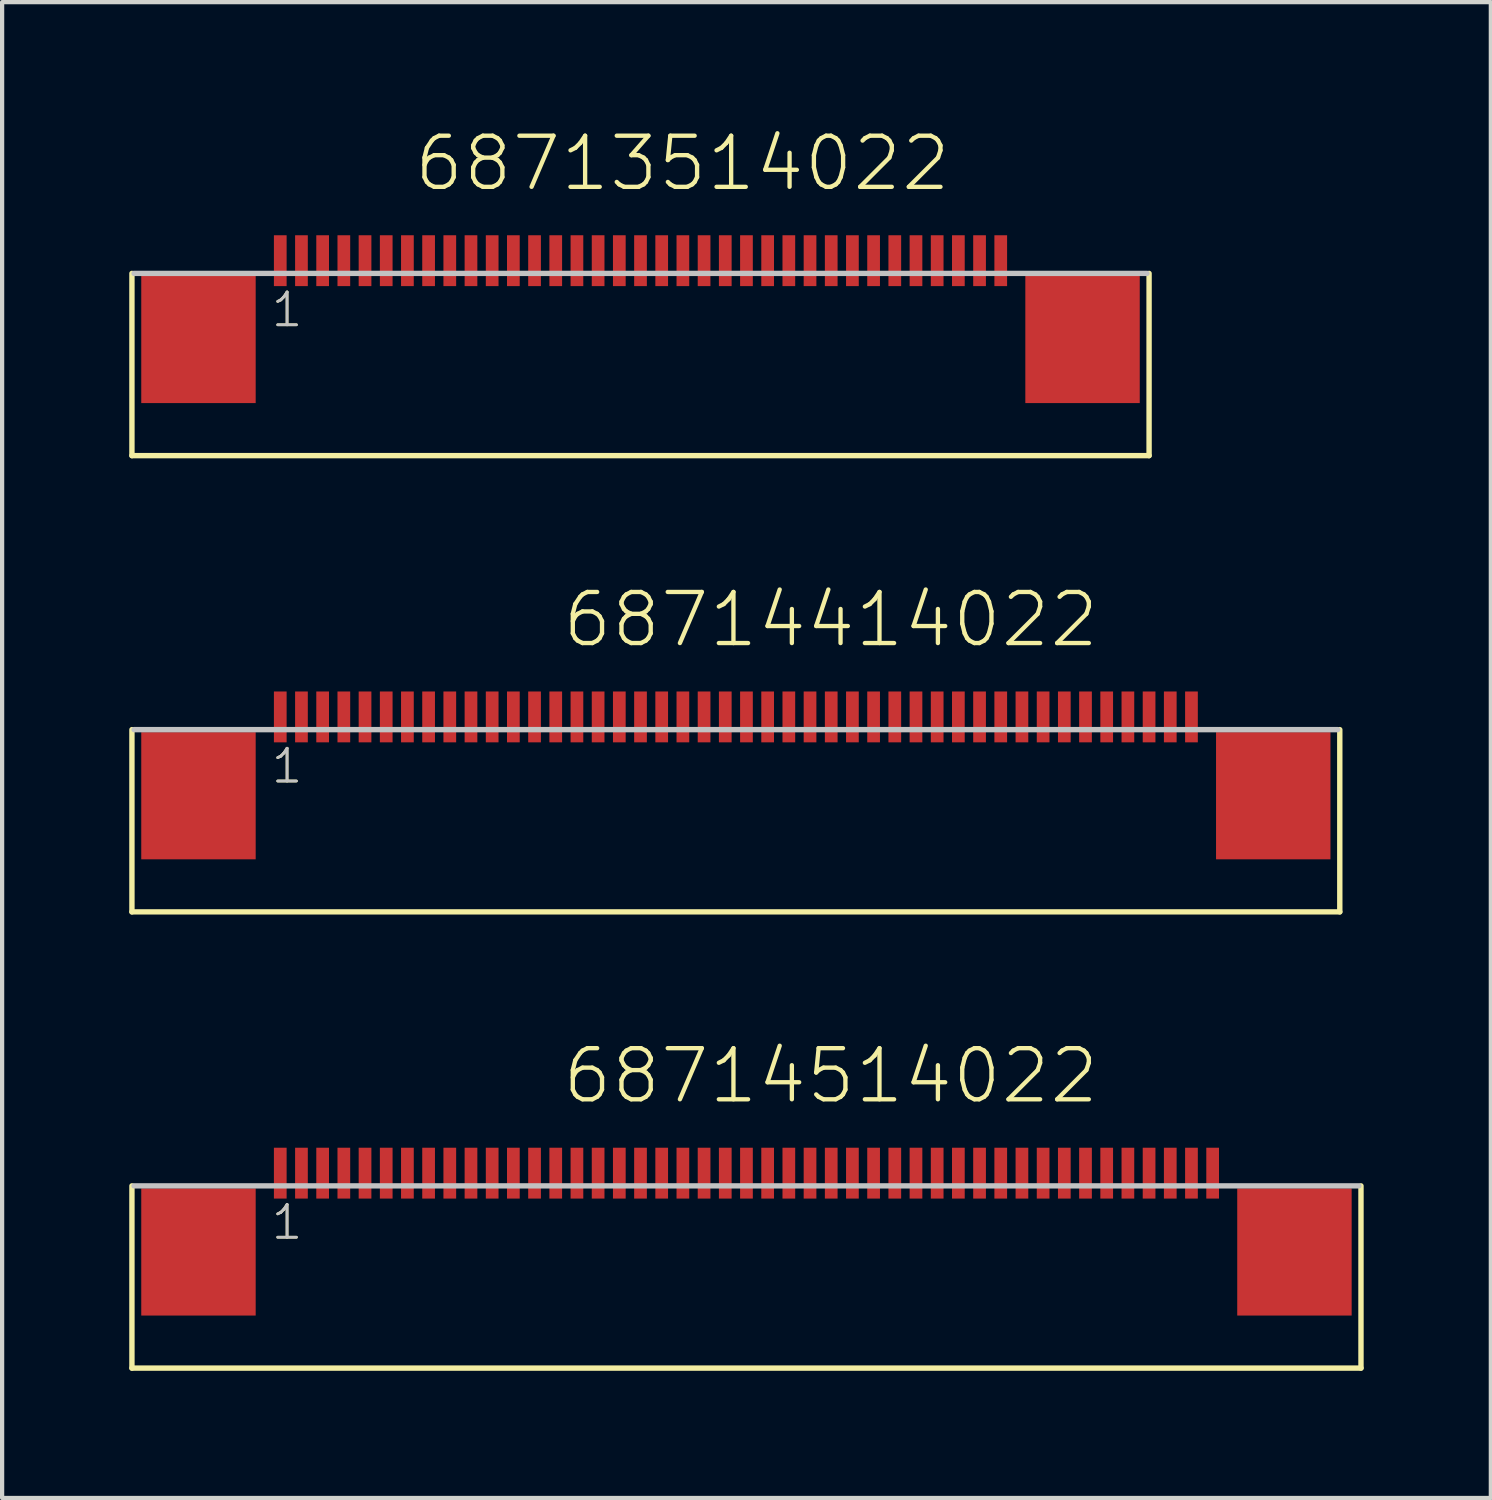
<source format=kicad_pcb>
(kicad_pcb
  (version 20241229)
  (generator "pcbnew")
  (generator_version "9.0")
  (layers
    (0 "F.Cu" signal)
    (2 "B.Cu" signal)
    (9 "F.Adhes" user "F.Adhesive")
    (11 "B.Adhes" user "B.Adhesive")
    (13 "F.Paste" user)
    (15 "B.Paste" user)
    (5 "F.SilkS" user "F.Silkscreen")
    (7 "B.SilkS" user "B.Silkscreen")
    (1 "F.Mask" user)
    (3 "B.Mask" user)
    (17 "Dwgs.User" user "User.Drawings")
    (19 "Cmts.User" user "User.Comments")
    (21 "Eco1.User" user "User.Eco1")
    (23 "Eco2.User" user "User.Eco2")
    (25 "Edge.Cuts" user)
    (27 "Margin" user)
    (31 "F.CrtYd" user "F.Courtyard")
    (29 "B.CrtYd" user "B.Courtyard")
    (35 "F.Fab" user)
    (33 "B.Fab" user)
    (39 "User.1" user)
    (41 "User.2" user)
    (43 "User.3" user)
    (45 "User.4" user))
  (footprint "68713514022"
    (layer "F.Cu")
    (at 12.313 4.961)
    (property "Reference" "68713514022" (at -5.644 -3.45 0) (layer "F.SilkS") (effects (font (size 1.206 1.206) (thickness 0.102)) (justify left bottom)))
    (attr through_hole)
    (fp_line (start -12.25 -1.56) (end -12.25 2.74) (stroke (width 0.127) (type solid)) (layer "F.SilkS"))
    (fp_line (start -12.25 2.74) (end 11.75 2.74) (stroke (width 0.127) (type solid)) (layer "F.SilkS"))
    (fp_line (start 11.75 2.74) (end 11.75 -1.56) (stroke (width 0.127) (type solid)) (layer "F.SilkS"))
    (fp_line (start 11.7 -1.56) (end -12.2 -1.56) (stroke (width 0.127) (type solid)) (layer "Dwgs.User"))
    (fp_text user "1" (at -9 -0.25 0) (layer "F.SilkS") (effects (font (size 0.772 0.772) (thickness 0.065)) (justify left bottom)))
    (fp_text user "1" (at -9 -0.25 0) (layer "Dwgs.User") (effects (font (size 0.772 0.772) (thickness 0.065)) (justify left bottom)))
    (pad "1" smd rect (at -8.75 -1.86) (size 0.3 1.2) (layers "F.Cu" "F.Mask" "F.Paste"))
    (pad "2" smd rect (at -8.25 -1.86) (size 0.3 1.2) (layers "F.Cu" "F.Mask" "F.Paste"))
    (pad "3" smd rect (at -7.75 -1.86) (size 0.3 1.2) (layers "F.Cu" "F.Mask" "F.Paste"))
    (pad "4" smd rect (at -7.25 -1.86) (size 0.3 1.2) (layers "F.Cu" "F.Mask" "F.Paste"))
    (pad "5" smd rect (at -6.75 -1.86) (size 0.3 1.2) (layers "F.Cu" "F.Mask" "F.Paste"))
    (pad "6" smd rect (at -6.25 -1.86) (size 0.3 1.2) (layers "F.Cu" "F.Mask" "F.Paste"))
    (pad "7" smd rect (at -5.75 -1.86) (size 0.3 1.2) (layers "F.Cu" "F.Mask" "F.Paste"))
    (pad "8" smd rect (at -5.25 -1.86) (size 0.3 1.2) (layers "F.Cu" "F.Mask" "F.Paste"))
    (pad "9" smd rect (at -4.75 -1.86) (size 0.3 1.2) (layers "F.Cu" "F.Mask" "F.Paste"))
    (pad "10" smd rect (at -4.25 -1.86) (size 0.3 1.2) (layers "F.Cu" "F.Mask" "F.Paste"))
    (pad "11" smd rect (at -3.75 -1.86) (size 0.3 1.2) (layers "F.Cu" "F.Mask" "F.Paste"))
    (pad "12" smd rect (at -3.25 -1.86) (size 0.3 1.2) (layers "F.Cu" "F.Mask" "F.Paste"))
    (pad "13" smd rect (at -2.75 -1.86) (size 0.3 1.2) (layers "F.Cu" "F.Mask" "F.Paste"))
    (pad "14" smd rect (at -2.25 -1.86) (size 0.3 1.2) (layers "F.Cu" "F.Mask" "F.Paste"))
    (pad "15" smd rect (at -1.75 -1.86) (size 0.3 1.2) (layers "F.Cu" "F.Mask" "F.Paste"))
    (pad "16" smd rect (at -1.25 -1.86) (size 0.3 1.2) (layers "F.Cu" "F.Mask" "F.Paste"))
    (pad "17" smd rect (at -0.75 -1.86) (size 0.3 1.2) (layers "F.Cu" "F.Mask" "F.Paste"))
    (pad "18" smd rect (at -0.25 -1.86) (size 0.3 1.2) (layers "F.Cu" "F.Mask" "F.Paste"))
    (pad "19" smd rect (at 0.25 -1.86) (size 0.3 1.2) (layers "F.Cu" "F.Mask" "F.Paste"))
    (pad "20" smd rect (at 0.75 -1.86) (size 0.3 1.2) (layers "F.Cu" "F.Mask" "F.Paste"))
    (pad "21" smd rect (at 1.25 -1.86) (size 0.3 1.2) (layers "F.Cu" "F.Mask" "F.Paste"))
    (pad "22" smd rect (at 1.75 -1.86) (size 0.3 1.2) (layers "F.Cu" "F.Mask" "F.Paste"))
    (pad "23" smd rect (at 2.25 -1.86) (size 0.3 1.2) (layers "F.Cu" "F.Mask" "F.Paste"))
    (pad "24" smd rect (at 2.75 -1.86) (size 0.3 1.2) (layers "F.Cu" "F.Mask" "F.Paste"))
    (pad "25" smd rect (at 3.25 -1.86) (size 0.3 1.2) (layers "F.Cu" "F.Mask" "F.Paste"))
    (pad "26" smd rect (at 3.75 -1.86) (size 0.3 1.2) (layers "F.Cu" "F.Mask" "F.Paste"))
    (pad "27" smd rect (at 4.25 -1.86) (size 0.3 1.2) (layers "F.Cu" "F.Mask" "F.Paste"))
    (pad "28" smd rect (at 4.75 -1.86) (size 0.3 1.2) (layers "F.Cu" "F.Mask" "F.Paste"))
    (pad "29" smd rect (at 5.25 -1.86) (size 0.3 1.2) (layers "F.Cu" "F.Mask" "F.Paste"))
    (pad "30" smd rect (at 5.75 -1.86) (size 0.3 1.2) (layers "F.Cu" "F.Mask" "F.Paste"))
    (pad "31" smd rect (at 6.25 -1.86) (size 0.3 1.2) (layers "F.Cu" "F.Mask" "F.Paste"))
    (pad "32" smd rect (at 6.75 -1.86) (size 0.3 1.2) (layers "F.Cu" "F.Mask" "F.Paste"))
    (pad "33" smd rect (at 7.25 -1.86) (size 0.3 1.2) (layers "F.Cu" "F.Mask" "F.Paste"))
    (pad "34" smd rect (at 7.75 -1.86) (size 0.3 1.2) (layers "F.Cu" "F.Mask" "F.Paste"))
    (pad "35" smd rect (at 8.25 -1.86) (size 0.3 1.2) (layers "F.Cu" "F.Mask" "F.Paste"))
    (pad "Z1" smd rect (at -10.68 0) (size 2.7 3) (layers "F.Cu" "F.Mask" "F.Paste"))
    (pad "Z2" smd rect (at 10.18 0) (size 2.7 3) (layers "F.Cu" "F.Mask" "F.Paste")))
  (footprint "68714514022"
    (layer "F.Cu")
    (at 14.313 26.491)
    (property "Reference" "68714514022" (at -4.144 -3.45 0) (layer "F.SilkS") (effects (font (size 1.206 1.206) (thickness 0.102)) (justify left bottom)))
    (attr through_hole)
    (fp_line (start -14.25 -1.56) (end -14.25 2.74) (stroke (width 0.127) (type solid)) (layer "F.SilkS"))
    (fp_line (start -14.25 2.74) (end 14.75 2.74) (stroke (width 0.127) (type solid)) (layer "F.SilkS"))
    (fp_line (start 14.75 2.74) (end 14.75 -1.56) (stroke (width 0.127) (type solid)) (layer "F.SilkS"))
    (fp_line (start 14.7 -1.56) (end -14.2 -1.56) (stroke (width 0.127) (type solid)) (layer "Dwgs.User"))
    (fp_text user "1" (at -11 -0.25 0) (layer "F.SilkS") (effects (font (size 0.772 0.772) (thickness 0.065)) (justify left bottom)))
    (fp_text user "1" (at -11 -0.25 0) (layer "Dwgs.User") (effects (font (size 0.772 0.772) (thickness 0.065)) (justify left bottom)))
    (pad "1" smd rect (at -10.75 -1.86) (size 0.3 1.2) (layers "F.Cu" "F.Mask" "F.Paste"))
    (pad "2" smd rect (at -10.25 -1.86) (size 0.3 1.2) (layers "F.Cu" "F.Mask" "F.Paste"))
    (pad "3" smd rect (at -9.75 -1.86) (size 0.3 1.2) (layers "F.Cu" "F.Mask" "F.Paste"))
    (pad "4" smd rect (at -9.25 -1.86) (size 0.3 1.2) (layers "F.Cu" "F.Mask" "F.Paste"))
    (pad "5" smd rect (at -8.75 -1.86) (size 0.3 1.2) (layers "F.Cu" "F.Mask" "F.Paste"))
    (pad "6" smd rect (at -8.25 -1.86) (size 0.3 1.2) (layers "F.Cu" "F.Mask" "F.Paste"))
    (pad "7" smd rect (at -7.75 -1.86) (size 0.3 1.2) (layers "F.Cu" "F.Mask" "F.Paste"))
    (pad "8" smd rect (at -7.25 -1.86) (size 0.3 1.2) (layers "F.Cu" "F.Mask" "F.Paste"))
    (pad "9" smd rect (at -6.75 -1.86) (size 0.3 1.2) (layers "F.Cu" "F.Mask" "F.Paste"))
    (pad "10" smd rect (at -6.25 -1.86) (size 0.3 1.2) (layers "F.Cu" "F.Mask" "F.Paste"))
    (pad "11" smd rect (at -5.75 -1.86) (size 0.3 1.2) (layers "F.Cu" "F.Mask" "F.Paste"))
    (pad "12" smd rect (at -5.25 -1.86) (size 0.3 1.2) (layers "F.Cu" "F.Mask" "F.Paste"))
    (pad "13" smd rect (at -4.75 -1.86) (size 0.3 1.2) (layers "F.Cu" "F.Mask" "F.Paste"))
    (pad "14" smd rect (at -4.25 -1.86) (size 0.3 1.2) (layers "F.Cu" "F.Mask" "F.Paste"))
    (pad "15" smd rect (at -3.75 -1.86) (size 0.3 1.2) (layers "F.Cu" "F.Mask" "F.Paste"))
    (pad "16" smd rect (at -3.25 -1.86) (size 0.3 1.2) (layers "F.Cu" "F.Mask" "F.Paste"))
    (pad "17" smd rect (at -2.75 -1.86) (size 0.3 1.2) (layers "F.Cu" "F.Mask" "F.Paste"))
    (pad "18" smd rect (at -2.25 -1.86) (size 0.3 1.2) (layers "F.Cu" "F.Mask" "F.Paste"))
    (pad "19" smd rect (at -1.75 -1.86) (size 0.3 1.2) (layers "F.Cu" "F.Mask" "F.Paste"))
    (pad "20" smd rect (at -1.25 -1.86) (size 0.3 1.2) (layers "F.Cu" "F.Mask" "F.Paste"))
    (pad "21" smd rect (at -0.75 -1.86) (size 0.3 1.2) (layers "F.Cu" "F.Mask" "F.Paste"))
    (pad "22" smd rect (at -0.25 -1.86) (size 0.3 1.2) (layers "F.Cu" "F.Mask" "F.Paste"))
    (pad "23" smd rect (at 0.25 -1.86) (size 0.3 1.2) (layers "F.Cu" "F.Mask" "F.Paste"))
    (pad "24" smd rect (at 0.75 -1.86) (size 0.3 1.2) (layers "F.Cu" "F.Mask" "F.Paste"))
    (pad "25" smd rect (at 1.25 -1.86) (size 0.3 1.2) (layers "F.Cu" "F.Mask" "F.Paste"))
    (pad "26" smd rect (at 1.75 -1.86) (size 0.3 1.2) (layers "F.Cu" "F.Mask" "F.Paste"))
    (pad "27" smd rect (at 2.25 -1.86) (size 0.3 1.2) (layers "F.Cu" "F.Mask" "F.Paste"))
    (pad "28" smd rect (at 2.75 -1.86) (size 0.3 1.2) (layers "F.Cu" "F.Mask" "F.Paste"))
    (pad "29" smd rect (at 3.25 -1.86) (size 0.3 1.2) (layers "F.Cu" "F.Mask" "F.Paste"))
    (pad "30" smd rect (at 3.75 -1.86) (size 0.3 1.2) (layers "F.Cu" "F.Mask" "F.Paste"))
    (pad "31" smd rect (at 4.25 -1.86) (size 0.3 1.2) (layers "F.Cu" "F.Mask" "F.Paste"))
    (pad "32" smd rect (at 4.75 -1.86) (size 0.3 1.2) (layers "F.Cu" "F.Mask" "F.Paste"))
    (pad "33" smd rect (at 5.25 -1.86) (size 0.3 1.2) (layers "F.Cu" "F.Mask" "F.Paste"))
    (pad "34" smd rect (at 5.75 -1.86) (size 0.3 1.2) (layers "F.Cu" "F.Mask" "F.Paste"))
    (pad "35" smd rect (at 6.25 -1.86) (size 0.3 1.2) (layers "F.Cu" "F.Mask" "F.Paste"))
    (pad "36" smd rect (at 6.75 -1.86) (size 0.3 1.2) (layers "F.Cu" "F.Mask" "F.Paste"))
    (pad "37" smd rect (at 7.25 -1.86) (size 0.3 1.2) (layers "F.Cu" "F.Mask" "F.Paste"))
    (pad "38" smd rect (at 7.75 -1.86) (size 0.3 1.2) (layers "F.Cu" "F.Mask" "F.Paste"))
    (pad "39" smd rect (at 8.25 -1.86) (size 0.3 1.2) (layers "F.Cu" "F.Mask" "F.Paste"))
    (pad "40" smd rect (at 8.75 -1.86) (size 0.3 1.2) (layers "F.Cu" "F.Mask" "F.Paste"))
    (pad "41" smd rect (at 9.25 -1.86) (size 0.3 1.2) (layers "F.Cu" "F.Mask" "F.Paste"))
    (pad "42" smd rect (at 9.75 -1.86) (size 0.3 1.2) (layers "F.Cu" "F.Mask" "F.Paste"))
    (pad "43" smd rect (at 10.25 -1.86) (size 0.3 1.2) (layers "F.Cu" "F.Mask" "F.Paste"))
    (pad "44" smd rect (at 10.75 -1.86) (size 0.3 1.2) (layers "F.Cu" "F.Mask" "F.Paste"))
    (pad "45" smd rect (at 11.25 -1.86) (size 0.3 1.2) (layers "F.Cu" "F.Mask" "F.Paste"))
    (pad "Z1" smd rect (at -12.68 0) (size 2.7 3) (layers "F.Cu" "F.Mask" "F.Paste"))
    (pad "Z2" smd rect (at 13.18 0) (size 2.7 3) (layers "F.Cu" "F.Mask" "F.Paste")))
  (footprint "68714414022"
    (layer "F.Cu")
    (at 14.313 15.726)
    (property "Reference" "68714414022" (at -4.144 -3.45 0) (layer "F.SilkS") (effects (font (size 1.206 1.206) (thickness 0.102)) (justify left bottom)))
    (attr through_hole)
    (fp_line (start -14.25 -1.56) (end -14.25 2.74) (stroke (width 0.127) (type solid)) (layer "F.SilkS"))
    (fp_line (start -14.25 2.74) (end 14.25 2.74) (stroke (width 0.127) (type solid)) (layer "F.SilkS"))
    (fp_line (start 14.25 2.74) (end 14.25 -1.56) (stroke (width 0.127) (type solid)) (layer "F.SilkS"))
    (fp_line (start 14.2 -1.56) (end -14.2 -1.56) (stroke (width 0.127) (type solid)) (layer "Dwgs.User"))
    (fp_text user "1" (at -11 -0.25 0) (layer "F.SilkS") (effects (font (size 0.772 0.772) (thickness 0.065)) (justify left bottom)))
    (fp_text user "1" (at -11 -0.25 0) (layer "Dwgs.User") (effects (font (size 0.772 0.772) (thickness 0.065)) (justify left bottom)))
    (pad "1" smd rect (at -10.75 -1.86) (size 0.3 1.2) (layers "F.Cu" "F.Mask" "F.Paste"))
    (pad "2" smd rect (at -10.25 -1.86) (size 0.3 1.2) (layers "F.Cu" "F.Mask" "F.Paste"))
    (pad "3" smd rect (at -9.75 -1.86) (size 0.3 1.2) (layers "F.Cu" "F.Mask" "F.Paste"))
    (pad "4" smd rect (at -9.25 -1.86) (size 0.3 1.2) (layers "F.Cu" "F.Mask" "F.Paste"))
    (pad "5" smd rect (at -8.75 -1.86) (size 0.3 1.2) (layers "F.Cu" "F.Mask" "F.Paste"))
    (pad "6" smd rect (at -8.25 -1.86) (size 0.3 1.2) (layers "F.Cu" "F.Mask" "F.Paste"))
    (pad "7" smd rect (at -7.75 -1.86) (size 0.3 1.2) (layers "F.Cu" "F.Mask" "F.Paste"))
    (pad "8" smd rect (at -7.25 -1.86) (size 0.3 1.2) (layers "F.Cu" "F.Mask" "F.Paste"))
    (pad "9" smd rect (at -6.75 -1.86) (size 0.3 1.2) (layers "F.Cu" "F.Mask" "F.Paste"))
    (pad "10" smd rect (at -6.25 -1.86) (size 0.3 1.2) (layers "F.Cu" "F.Mask" "F.Paste"))
    (pad "11" smd rect (at -5.75 -1.86) (size 0.3 1.2) (layers "F.Cu" "F.Mask" "F.Paste"))
    (pad "12" smd rect (at -5.25 -1.86) (size 0.3 1.2) (layers "F.Cu" "F.Mask" "F.Paste"))
    (pad "13" smd rect (at -4.75 -1.86) (size 0.3 1.2) (layers "F.Cu" "F.Mask" "F.Paste"))
    (pad "14" smd rect (at -4.25 -1.86) (size 0.3 1.2) (layers "F.Cu" "F.Mask" "F.Paste"))
    (pad "15" smd rect (at -3.75 -1.86) (size 0.3 1.2) (layers "F.Cu" "F.Mask" "F.Paste"))
    (pad "16" smd rect (at -3.25 -1.86) (size 0.3 1.2) (layers "F.Cu" "F.Mask" "F.Paste"))
    (pad "17" smd rect (at -2.75 -1.86) (size 0.3 1.2) (layers "F.Cu" "F.Mask" "F.Paste"))
    (pad "18" smd rect (at -2.25 -1.86) (size 0.3 1.2) (layers "F.Cu" "F.Mask" "F.Paste"))
    (pad "19" smd rect (at -1.75 -1.86) (size 0.3 1.2) (layers "F.Cu" "F.Mask" "F.Paste"))
    (pad "20" smd rect (at -1.25 -1.86) (size 0.3 1.2) (layers "F.Cu" "F.Mask" "F.Paste"))
    (pad "21" smd rect (at -0.75 -1.86) (size 0.3 1.2) (layers "F.Cu" "F.Mask" "F.Paste"))
    (pad "22" smd rect (at -0.25 -1.86) (size 0.3 1.2) (layers "F.Cu" "F.Mask" "F.Paste"))
    (pad "23" smd rect (at 0.25 -1.86) (size 0.3 1.2) (layers "F.Cu" "F.Mask" "F.Paste"))
    (pad "24" smd rect (at 0.75 -1.86) (size 0.3 1.2) (layers "F.Cu" "F.Mask" "F.Paste"))
    (pad "25" smd rect (at 1.25 -1.86) (size 0.3 1.2) (layers "F.Cu" "F.Mask" "F.Paste"))
    (pad "26" smd rect (at 1.75 -1.86) (size 0.3 1.2) (layers "F.Cu" "F.Mask" "F.Paste"))
    (pad "27" smd rect (at 2.25 -1.86) (size 0.3 1.2) (layers "F.Cu" "F.Mask" "F.Paste"))
    (pad "28" smd rect (at 2.75 -1.86) (size 0.3 1.2) (layers "F.Cu" "F.Mask" "F.Paste"))
    (pad "29" smd rect (at 3.25 -1.86) (size 0.3 1.2) (layers "F.Cu" "F.Mask" "F.Paste"))
    (pad "30" smd rect (at 3.75 -1.86) (size 0.3 1.2) (layers "F.Cu" "F.Mask" "F.Paste"))
    (pad "31" smd rect (at 4.25 -1.86) (size 0.3 1.2) (layers "F.Cu" "F.Mask" "F.Paste"))
    (pad "32" smd rect (at 4.75 -1.86) (size 0.3 1.2) (layers "F.Cu" "F.Mask" "F.Paste"))
    (pad "33" smd rect (at 5.25 -1.86) (size 0.3 1.2) (layers "F.Cu" "F.Mask" "F.Paste"))
    (pad "34" smd rect (at 5.75 -1.86) (size 0.3 1.2) (layers "F.Cu" "F.Mask" "F.Paste"))
    (pad "35" smd rect (at 6.25 -1.86) (size 0.3 1.2) (layers "F.Cu" "F.Mask" "F.Paste"))
    (pad "36" smd rect (at 6.75 -1.86) (size 0.3 1.2) (layers "F.Cu" "F.Mask" "F.Paste"))
    (pad "37" smd rect (at 7.25 -1.86) (size 0.3 1.2) (layers "F.Cu" "F.Mask" "F.Paste"))
    (pad "38" smd rect (at 7.75 -1.86) (size 0.3 1.2) (layers "F.Cu" "F.Mask" "F.Paste"))
    (pad "39" smd rect (at 8.25 -1.86) (size 0.3 1.2) (layers "F.Cu" "F.Mask" "F.Paste"))
    (pad "40" smd rect (at 8.75 -1.86) (size 0.3 1.2) (layers "F.Cu" "F.Mask" "F.Paste"))
    (pad "41" smd rect (at 9.25 -1.86) (size 0.3 1.2) (layers "F.Cu" "F.Mask" "F.Paste"))
    (pad "42" smd rect (at 9.75 -1.86) (size 0.3 1.2) (layers "F.Cu" "F.Mask" "F.Paste"))
    (pad "43" smd rect (at 10.25 -1.86) (size 0.3 1.2) (layers "F.Cu" "F.Mask" "F.Paste"))
    (pad "44" smd rect (at 10.75 -1.86) (size 0.3 1.2) (layers "F.Cu" "F.Mask" "F.Paste"))
    (pad "Z1" smd rect (at -12.68 0) (size 2.7 3) (layers "F.Cu" "F.Mask" "F.Paste"))
    (pad "Z2" smd rect (at 12.68 0) (size 2.7 3) (layers "F.Cu" "F.Mask" "F.Paste")))
  (gr_rect
    (start -3 -3)
    (end 32.127 32.295)
    (stroke (width 0.1) (type default))
    (fill no)
    (layer "Edge.Cuts")))
</source>
